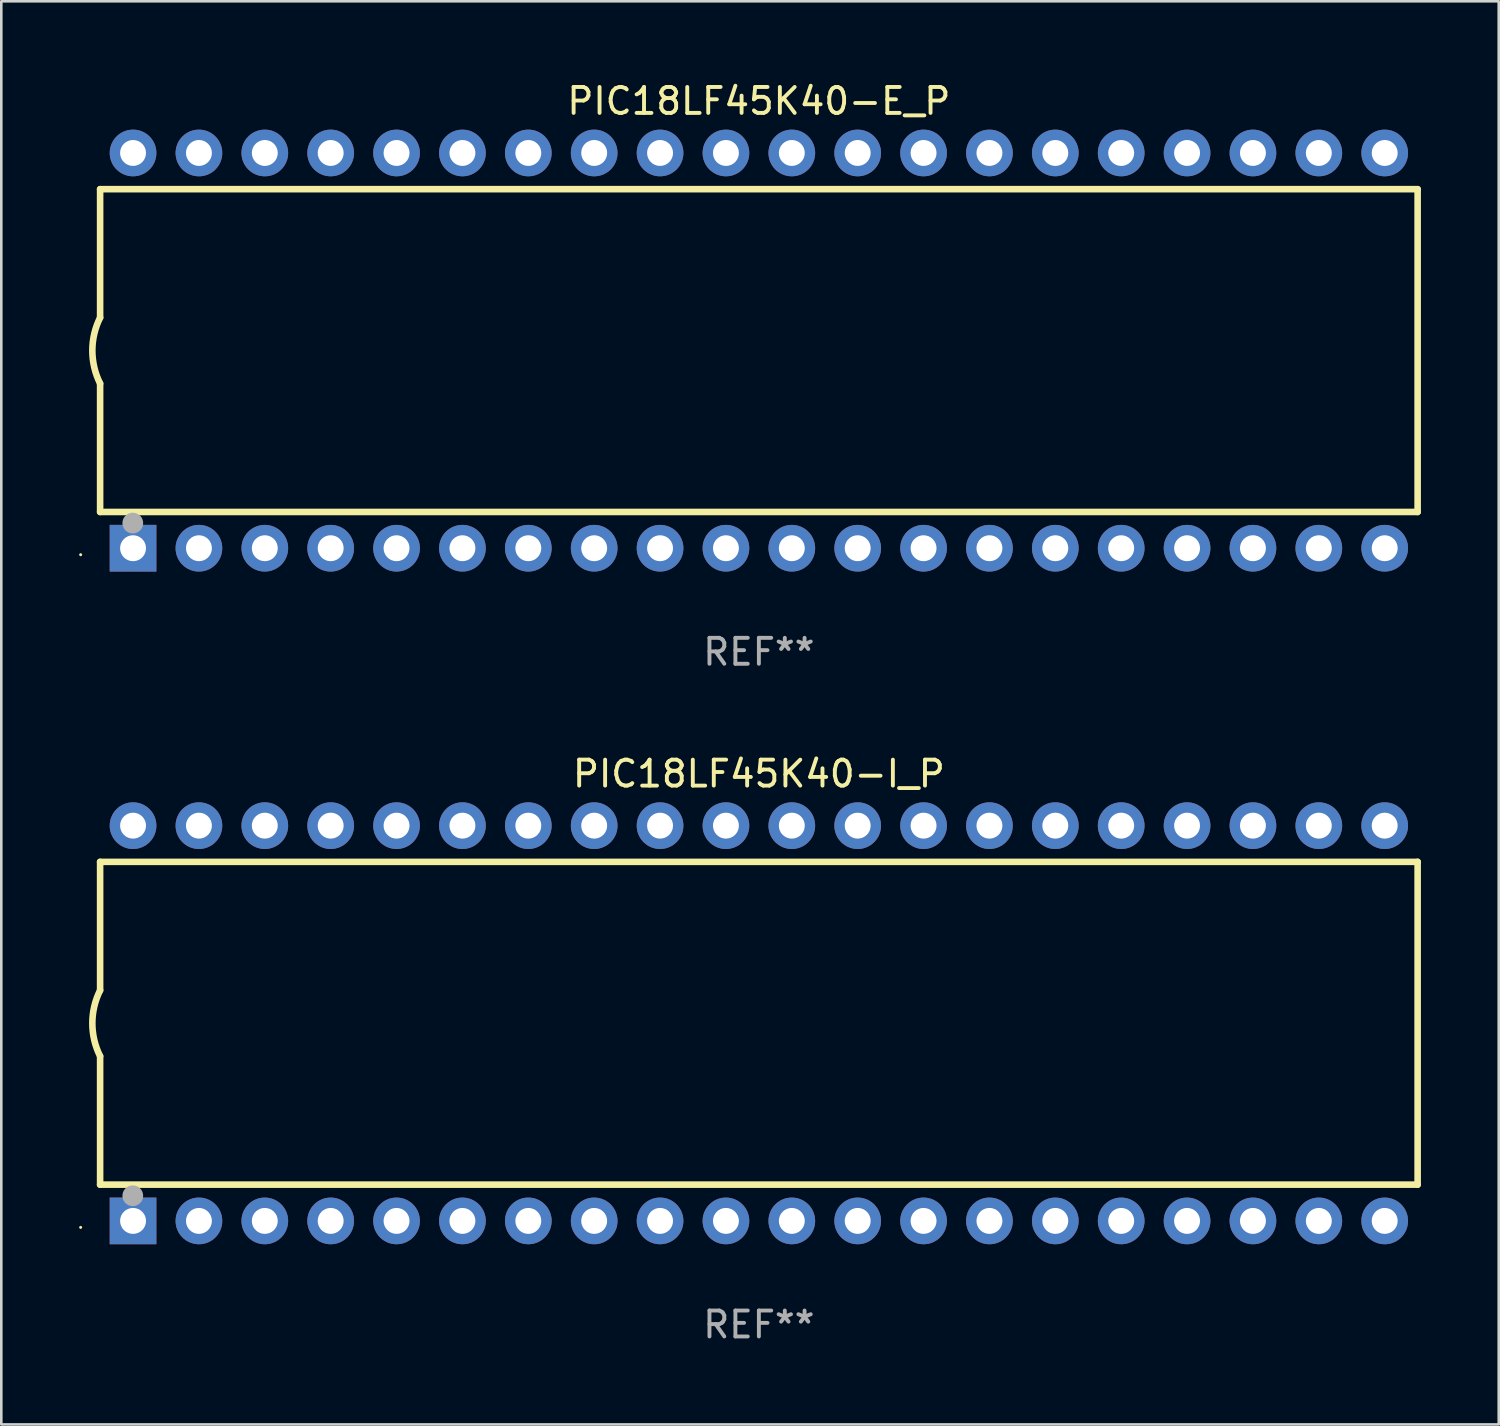
<source format=kicad_pcb>
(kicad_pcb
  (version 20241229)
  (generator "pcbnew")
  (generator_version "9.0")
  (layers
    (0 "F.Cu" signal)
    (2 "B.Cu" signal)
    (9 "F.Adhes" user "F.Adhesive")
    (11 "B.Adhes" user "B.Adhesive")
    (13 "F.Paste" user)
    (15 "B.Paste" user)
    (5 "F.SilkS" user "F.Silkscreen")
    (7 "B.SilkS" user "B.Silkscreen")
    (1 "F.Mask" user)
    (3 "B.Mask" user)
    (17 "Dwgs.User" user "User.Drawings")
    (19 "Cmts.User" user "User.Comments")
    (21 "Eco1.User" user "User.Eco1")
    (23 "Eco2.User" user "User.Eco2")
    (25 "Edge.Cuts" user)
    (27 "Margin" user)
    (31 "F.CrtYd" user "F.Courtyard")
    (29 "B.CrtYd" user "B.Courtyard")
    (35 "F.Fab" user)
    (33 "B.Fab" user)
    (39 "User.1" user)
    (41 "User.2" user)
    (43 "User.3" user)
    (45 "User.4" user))
  (footprint "PIC18LF45K40-E_P"
    (layer "F.Cu")
    (at 26.21 10.468)
    (property "Reference" "PIC18LF45K40-E_P" (at 0 -9.62 0) (layer "F.SilkS") (effects (font (size 1 1) (thickness 0.15))))
    (attr through_hole)
    (fp_line (start -25.4 -6.224) (end -25.4 -1.271) (stroke (width 0.254) (type solid)) (layer "F.SilkS"))
    (fp_line (start -25.4 -6.224) (end 25.4 -6.224) (stroke (width 0.254) (type solid)) (layer "F.SilkS"))
    (fp_line (start -25.4 1.269) (end -25.4 6.222) (stroke (width 0.254) (type solid)) (layer "F.SilkS"))
    (fp_line (start -25.4 6.222) (end 25.4 6.222) (stroke (width 0.254) (type solid)) (layer "F.SilkS"))
    (fp_line (start 25.4 6.222) (end 25.4 -6.224) (stroke (width 0.254) (type solid)) (layer "F.SilkS"))
    (fp_arc (start -25.4 1.269241) (mid -25.699807 -0.000762) (end -25.4 -1.270765) (stroke (width 0.254001) (type solid)) (layer "F.SilkS"))
    (fp_circle (center -26.15 7.87) (end -26.12 7.87) (stroke (width 0.06) (type solid)) (fill no) (layer "F.SilkS"))
    (fp_circle (center -24.14 6.65) (end -23.94 6.65) (stroke (width 0.4) (type solid)) (fill no) (layer "F.Fab"))
    (fp_text user "REF**" (at 0 11.62 0) (layer "F.Fab") (effects (font (size 1 1) (thickness 0.15))))
    (pad "1" thru_hole rect (at -24.13 7.62 90) (size 1.8 1.8) (drill 1) (layers "*.Cu" "*.Mask"))
    (pad "2" thru_hole circle (at -21.59 7.62) (size 1.8 1.8) (drill 1) (layers "*.Cu" "*.Mask"))
    (pad "3" thru_hole circle (at -19.05 7.62) (size 1.8 1.8) (drill 1) (layers "*.Cu" "*.Mask"))
    (pad "4" thru_hole circle (at -16.51 7.62) (size 1.8 1.8) (drill 1) (layers "*.Cu" "*.Mask"))
    (pad "5" thru_hole circle (at -13.97 7.62) (size 1.8 1.8) (drill 1) (layers "*.Cu" "*.Mask"))
    (pad "6" thru_hole circle (at -11.43 7.62) (size 1.8 1.8) (drill 1) (layers "*.Cu" "*.Mask"))
    (pad "7" thru_hole circle (at -8.89 7.62) (size 1.8 1.8) (drill 1) (layers "*.Cu" "*.Mask"))
    (pad "8" thru_hole circle (at -6.35 7.62) (size 1.8 1.8) (drill 1) (layers "*.Cu" "*.Mask"))
    (pad "9" thru_hole circle (at -3.81 7.62) (size 1.8 1.8) (drill 1) (layers "*.Cu" "*.Mask"))
    (pad "10" thru_hole circle (at -1.27 7.62) (size 1.8 1.8) (drill 1) (layers "*.Cu" "*.Mask"))
    (pad "11" thru_hole circle (at 1.27 7.62) (size 1.8 1.8) (drill 1) (layers "*.Cu" "*.Mask"))
    (pad "12" thru_hole circle (at 3.81 7.62) (size 1.8 1.8) (drill 1) (layers "*.Cu" "*.Mask"))
    (pad "13" thru_hole circle (at 6.35 7.62) (size 1.8 1.8) (drill 1) (layers "*.Cu" "*.Mask"))
    (pad "14" thru_hole circle (at 8.89 7.62) (size 1.8 1.8) (drill 1) (layers "*.Cu" "*.Mask"))
    (pad "15" thru_hole circle (at 11.43 7.62) (size 1.8 1.8) (drill 1) (layers "*.Cu" "*.Mask"))
    (pad "16" thru_hole circle (at 13.97 7.62) (size 1.8 1.8) (drill 1) (layers "*.Cu" "*.Mask"))
    (pad "17" thru_hole circle (at 16.51 7.62) (size 1.8 1.8) (drill 1) (layers "*.Cu" "*.Mask"))
    (pad "18" thru_hole circle (at 19.05 7.62) (size 1.8 1.8) (drill 1) (layers "*.Cu" "*.Mask"))
    (pad "19" thru_hole circle (at 21.59 7.62) (size 1.8 1.8) (drill 1) (layers "*.Cu" "*.Mask"))
    (pad "20" thru_hole circle (at 24.13 7.62) (size 1.8 1.8) (drill 1) (layers "*.Cu" "*.Mask"))
    (pad "21" thru_hole circle (at 24.13 -7.62) (size 1.8 1.8) (drill 1) (layers "*.Cu" "*.Mask"))
    (pad "22" thru_hole circle (at 21.59 -7.62) (size 1.8 1.8) (drill 1) (layers "*.Cu" "*.Mask"))
    (pad "23" thru_hole circle (at 19.05 -7.62) (size 1.8 1.8) (drill 1) (layers "*.Cu" "*.Mask"))
    (pad "24" thru_hole circle (at 16.51 -7.62) (size 1.8 1.8) (drill 1) (layers "*.Cu" "*.Mask"))
    (pad "25" thru_hole circle (at 13.97 -7.62) (size 1.8 1.8) (drill 1) (layers "*.Cu" "*.Mask"))
    (pad "26" thru_hole circle (at 11.43 -7.62) (size 1.8 1.8) (drill 1) (layers "*.Cu" "*.Mask"))
    (pad "27" thru_hole circle (at 8.89 -7.62) (size 1.8 1.8) (drill 1) (layers "*.Cu" "*.Mask"))
    (pad "28" thru_hole circle (at 6.35 -7.62) (size 1.8 1.8) (drill 1) (layers "*.Cu" "*.Mask"))
    (pad "29" thru_hole circle (at 3.81 -7.62) (size 1.8 1.8) (drill 1) (layers "*.Cu" "*.Mask"))
    (pad "30" thru_hole circle (at 1.27 -7.62) (size 1.8 1.8) (drill 1) (layers "*.Cu" "*.Mask"))
    (pad "31" thru_hole circle (at -1.27 -7.62) (size 1.8 1.8) (drill 1) (layers "*.Cu" "*.Mask"))
    (pad "32" thru_hole circle (at -3.81 -7.62) (size 1.8 1.8) (drill 1) (layers "*.Cu" "*.Mask"))
    (pad "33" thru_hole circle (at -6.35 -7.62) (size 1.8 1.8) (drill 1) (layers "*.Cu" "*.Mask"))
    (pad "34" thru_hole circle (at -8.89 -7.62) (size 1.8 1.8) (drill 1) (layers "*.Cu" "*.Mask"))
    (pad "35" thru_hole circle (at -11.43 -7.62) (size 1.8 1.8) (drill 1) (layers "*.Cu" "*.Mask"))
    (pad "36" thru_hole circle (at -13.97 -7.62) (size 1.8 1.8) (drill 1) (layers "*.Cu" "*.Mask"))
    (pad "37" thru_hole circle (at -16.51 -7.62) (size 1.8 1.8) (drill 1) (layers "*.Cu" "*.Mask"))
    (pad "38" thru_hole circle (at -19.05 -7.62) (size 1.8 1.8) (drill 1) (layers "*.Cu" "*.Mask"))
    (pad "39" thru_hole circle (at -21.59 -7.62) (size 1.8 1.8) (drill 1) (layers "*.Cu" "*.Mask"))
    (pad "40" thru_hole circle (at -24.13 -7.62) (size 1.8 1.8) (drill 1) (layers "*.Cu" "*.Mask")))
  (footprint "PIC18LF45K40-I_P"
    (layer "F.Cu")
    (at 26.21 36.405)
    (property "Reference" "PIC18LF45K40-I_P" (at 0 -9.62 0) (layer "F.SilkS") (effects (font (size 1 1) (thickness 0.15))))
    (attr through_hole)
    (fp_line (start -25.4 -6.224) (end -25.4 -1.271) (stroke (width 0.254) (type solid)) (layer "F.SilkS"))
    (fp_line (start -25.4 -6.224) (end 25.4 -6.224) (stroke (width 0.254) (type solid)) (layer "F.SilkS"))
    (fp_line (start -25.4 1.269) (end -25.4 6.222) (stroke (width 0.254) (type solid)) (layer "F.SilkS"))
    (fp_line (start -25.4 6.222) (end 25.4 6.222) (stroke (width 0.254) (type solid)) (layer "F.SilkS"))
    (fp_line (start 25.4 6.222) (end 25.4 -6.224) (stroke (width 0.254) (type solid)) (layer "F.SilkS"))
    (fp_arc (start -25.4 1.269241) (mid -25.699807 -0.000762) (end -25.4 -1.270765) (stroke (width 0.254001) (type solid)) (layer "F.SilkS"))
    (fp_circle (center -26.15 7.87) (end -26.12 7.87) (stroke (width 0.06) (type solid)) (fill no) (layer "F.SilkS"))
    (fp_circle (center -24.14 6.65) (end -23.94 6.65) (stroke (width 0.4) (type solid)) (fill no) (layer "F.Fab"))
    (fp_text user "REF**" (at 0 11.62 0) (layer "F.Fab") (effects (font (size 1 1) (thickness 0.15))))
    (pad "1" thru_hole rect (at -24.13 7.62 90) (size 1.8 1.8) (drill 1) (layers "*.Cu" "*.Mask"))
    (pad "2" thru_hole circle (at -21.59 7.62) (size 1.8 1.8) (drill 1) (layers "*.Cu" "*.Mask"))
    (pad "3" thru_hole circle (at -19.05 7.62) (size 1.8 1.8) (drill 1) (layers "*.Cu" "*.Mask"))
    (pad "4" thru_hole circle (at -16.51 7.62) (size 1.8 1.8) (drill 1) (layers "*.Cu" "*.Mask"))
    (pad "5" thru_hole circle (at -13.97 7.62) (size 1.8 1.8) (drill 1) (layers "*.Cu" "*.Mask"))
    (pad "6" thru_hole circle (at -11.43 7.62) (size 1.8 1.8) (drill 1) (layers "*.Cu" "*.Mask"))
    (pad "7" thru_hole circle (at -8.89 7.62) (size 1.8 1.8) (drill 1) (layers "*.Cu" "*.Mask"))
    (pad "8" thru_hole circle (at -6.35 7.62) (size 1.8 1.8) (drill 1) (layers "*.Cu" "*.Mask"))
    (pad "9" thru_hole circle (at -3.81 7.62) (size 1.8 1.8) (drill 1) (layers "*.Cu" "*.Mask"))
    (pad "10" thru_hole circle (at -1.27 7.62) (size 1.8 1.8) (drill 1) (layers "*.Cu" "*.Mask"))
    (pad "11" thru_hole circle (at 1.27 7.62) (size 1.8 1.8) (drill 1) (layers "*.Cu" "*.Mask"))
    (pad "12" thru_hole circle (at 3.81 7.62) (size 1.8 1.8) (drill 1) (layers "*.Cu" "*.Mask"))
    (pad "13" thru_hole circle (at 6.35 7.62) (size 1.8 1.8) (drill 1) (layers "*.Cu" "*.Mask"))
    (pad "14" thru_hole circle (at 8.89 7.62) (size 1.8 1.8) (drill 1) (layers "*.Cu" "*.Mask"))
    (pad "15" thru_hole circle (at 11.43 7.62) (size 1.8 1.8) (drill 1) (layers "*.Cu" "*.Mask"))
    (pad "16" thru_hole circle (at 13.97 7.62) (size 1.8 1.8) (drill 1) (layers "*.Cu" "*.Mask"))
    (pad "17" thru_hole circle (at 16.51 7.62) (size 1.8 1.8) (drill 1) (layers "*.Cu" "*.Mask"))
    (pad "18" thru_hole circle (at 19.05 7.62) (size 1.8 1.8) (drill 1) (layers "*.Cu" "*.Mask"))
    (pad "19" thru_hole circle (at 21.59 7.62) (size 1.8 1.8) (drill 1) (layers "*.Cu" "*.Mask"))
    (pad "20" thru_hole circle (at 24.13 7.62) (size 1.8 1.8) (drill 1) (layers "*.Cu" "*.Mask"))
    (pad "21" thru_hole circle (at 24.13 -7.62) (size 1.8 1.8) (drill 1) (layers "*.Cu" "*.Mask"))
    (pad "22" thru_hole circle (at 21.59 -7.62) (size 1.8 1.8) (drill 1) (layers "*.Cu" "*.Mask"))
    (pad "23" thru_hole circle (at 19.05 -7.62) (size 1.8 1.8) (drill 1) (layers "*.Cu" "*.Mask"))
    (pad "24" thru_hole circle (at 16.51 -7.62) (size 1.8 1.8) (drill 1) (layers "*.Cu" "*.Mask"))
    (pad "25" thru_hole circle (at 13.97 -7.62) (size 1.8 1.8) (drill 1) (layers "*.Cu" "*.Mask"))
    (pad "26" thru_hole circle (at 11.43 -7.62) (size 1.8 1.8) (drill 1) (layers "*.Cu" "*.Mask"))
    (pad "27" thru_hole circle (at 8.89 -7.62) (size 1.8 1.8) (drill 1) (layers "*.Cu" "*.Mask"))
    (pad "28" thru_hole circle (at 6.35 -7.62) (size 1.8 1.8) (drill 1) (layers "*.Cu" "*.Mask"))
    (pad "29" thru_hole circle (at 3.81 -7.62) (size 1.8 1.8) (drill 1) (layers "*.Cu" "*.Mask"))
    (pad "30" thru_hole circle (at 1.27 -7.62) (size 1.8 1.8) (drill 1) (layers "*.Cu" "*.Mask"))
    (pad "31" thru_hole circle (at -1.27 -7.62) (size 1.8 1.8) (drill 1) (layers "*.Cu" "*.Mask"))
    (pad "32" thru_hole circle (at -3.81 -7.62) (size 1.8 1.8) (drill 1) (layers "*.Cu" "*.Mask"))
    (pad "33" thru_hole circle (at -6.35 -7.62) (size 1.8 1.8) (drill 1) (layers "*.Cu" "*.Mask"))
    (pad "34" thru_hole circle (at -8.89 -7.62) (size 1.8 1.8) (drill 1) (layers "*.Cu" "*.Mask"))
    (pad "35" thru_hole circle (at -11.43 -7.62) (size 1.8 1.8) (drill 1) (layers "*.Cu" "*.Mask"))
    (pad "36" thru_hole circle (at -13.97 -7.62) (size 1.8 1.8) (drill 1) (layers "*.Cu" "*.Mask"))
    (pad "37" thru_hole circle (at -16.51 -7.62) (size 1.8 1.8) (drill 1) (layers "*.Cu" "*.Mask"))
    (pad "38" thru_hole circle (at -19.05 -7.62) (size 1.8 1.8) (drill 1) (layers "*.Cu" "*.Mask"))
    (pad "39" thru_hole circle (at -21.59 -7.62) (size 1.8 1.8) (drill 1) (layers "*.Cu" "*.Mask"))
    (pad "40" thru_hole circle (at -24.13 -7.62) (size 1.8 1.8) (drill 1) (layers "*.Cu" "*.Mask")))
  (gr_rect
    (start -3 -3)
    (end 54.737 51.873)
    (stroke (width 0.1) (type default))
    (fill no)
    (layer "Edge.Cuts")))
</source>
